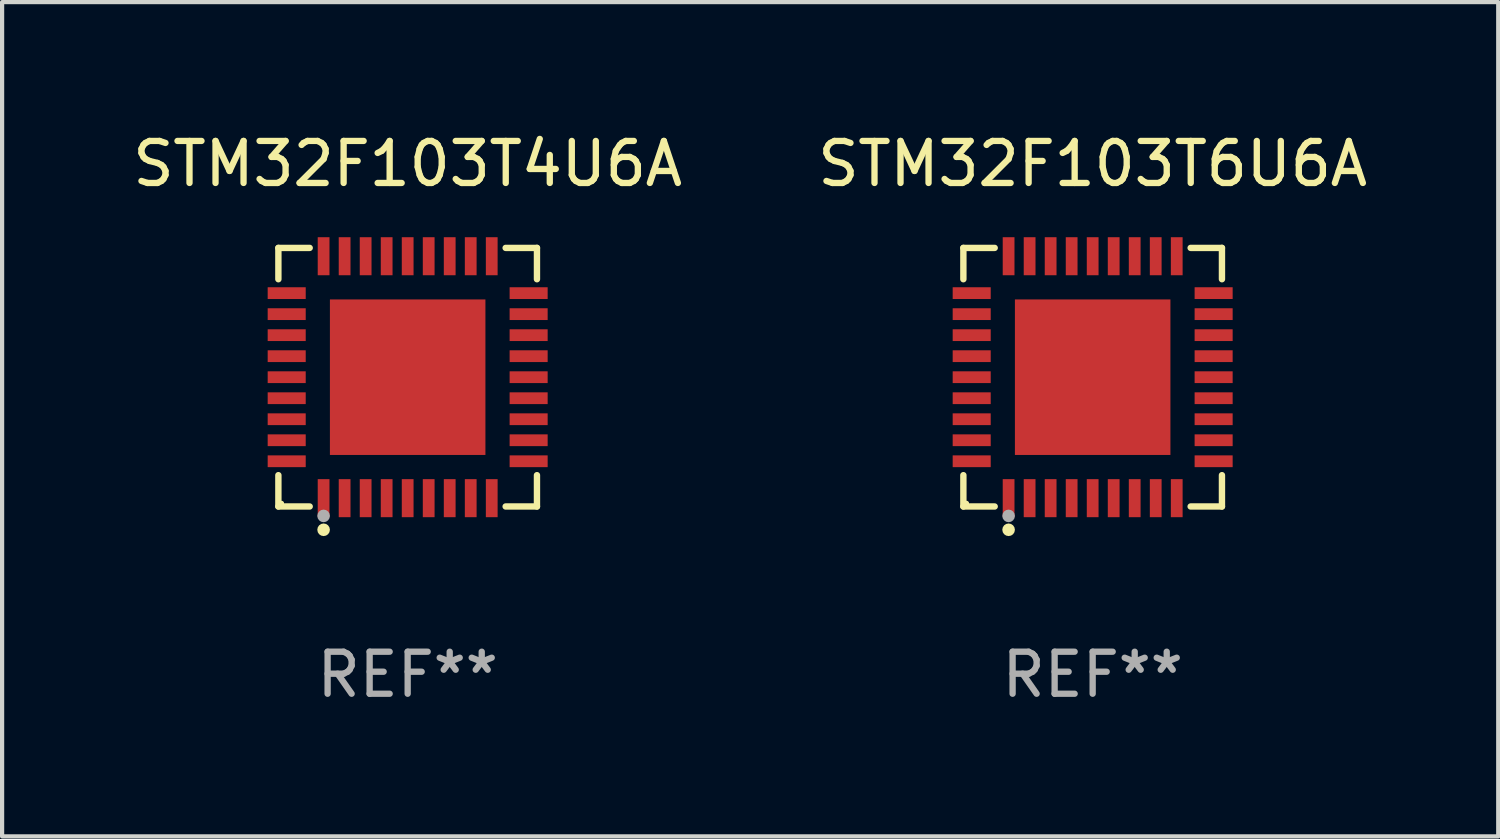
<source format=kicad_pcb>
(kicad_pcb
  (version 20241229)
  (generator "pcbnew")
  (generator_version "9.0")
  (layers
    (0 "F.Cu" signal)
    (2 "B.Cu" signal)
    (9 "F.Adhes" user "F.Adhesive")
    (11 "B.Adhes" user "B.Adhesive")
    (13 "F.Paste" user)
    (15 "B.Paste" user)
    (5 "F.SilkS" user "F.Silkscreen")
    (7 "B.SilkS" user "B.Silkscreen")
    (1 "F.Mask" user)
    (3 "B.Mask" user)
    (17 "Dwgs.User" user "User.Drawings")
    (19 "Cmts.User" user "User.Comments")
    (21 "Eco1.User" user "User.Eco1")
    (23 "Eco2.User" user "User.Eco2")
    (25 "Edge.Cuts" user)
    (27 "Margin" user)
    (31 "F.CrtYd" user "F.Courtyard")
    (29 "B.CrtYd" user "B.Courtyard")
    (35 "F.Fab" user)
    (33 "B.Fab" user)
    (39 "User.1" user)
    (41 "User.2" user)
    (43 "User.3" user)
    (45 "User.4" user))
  (footprint "STM32F103T4U6A"
    (layer "F.Cu")
    (at 6.649 5.924)
    (property "Reference" "STM32F103T4U6A" (at 0 -5.076 0) (layer "F.SilkS") (effects (font (size 1 1) (thickness 0.15))))
    (attr through_hole)
    (fp_line (start -3.076 -3.076) (end -2.331 -3.076) (stroke (width 0.152) (type solid)) (layer "F.SilkS"))
    (fp_line (start -3.076 -2.331) (end -3.076 -3.076) (stroke (width 0.152) (type solid)) (layer "F.SilkS"))
    (fp_line (start -3.076 2.331) (end -3.076 3.076) (stroke (width 0.152) (type solid)) (layer "F.SilkS"))
    (fp_line (start -3.076 3.076) (end -2.331 3.076) (stroke (width 0.152) (type solid)) (layer "F.SilkS"))
    (fp_line (start 3.076 -3.076) (end 2.331 -3.076) (stroke (width 0.152) (type solid)) (layer "F.SilkS"))
    (fp_line (start 3.076 -2.331) (end 3.076 -3.076) (stroke (width 0.152) (type solid)) (layer "F.SilkS"))
    (fp_line (start 3.076 2.331) (end 3.076 3.076) (stroke (width 0.152) (type solid)) (layer "F.SilkS"))
    (fp_line (start 3.076 3.076) (end 2.331 3.076) (stroke (width 0.152) (type solid)) (layer "F.SilkS"))
    (fp_circle (center -3 3) (end -2.97 3) (stroke (width 0.06) (type solid)) (fill no) (layer "F.SilkS"))
    (fp_circle (center -2 3.63) (end -1.925 3.63) (stroke (width 0.15) (type solid)) (fill no) (layer "F.SilkS"))
    (fp_circle (center -2 3.3) (end -1.925 3.3) (stroke (width 0.15) (type solid)) (fill no) (layer "F.Fab"))
    (fp_text user "REF**" (at 0 7.076 0) (layer "F.Fab") (effects (font (size 1 1) (thickness 0.15))))
    (pad "1" smd rect (at -2 2.878) (size 0.28 0.905) (layers "F.Cu" "F.Mask" "F.Paste"))
    (pad "2" smd rect (at -1.5 2.878) (size 0.28 0.905) (layers "F.Cu" "F.Mask" "F.Paste"))
    (pad "3" smd rect (at -1 2.878) (size 0.28 0.905) (layers "F.Cu" "F.Mask" "F.Paste"))
    (pad "4" smd rect (at -0.5 2.878) (size 0.28 0.905) (layers "F.Cu" "F.Mask" "F.Paste"))
    (pad "5" smd rect (at 0 2.878) (size 0.28 0.905) (layers "F.Cu" "F.Mask" "F.Paste"))
    (pad "6" smd rect (at 0.5 2.878) (size 0.28 0.905) (layers "F.Cu" "F.Mask" "F.Paste"))
    (pad "7" smd rect (at 1 2.878) (size 0.28 0.905) (layers "F.Cu" "F.Mask" "F.Paste"))
    (pad "8" smd rect (at 1.5 2.878) (size 0.28 0.905) (layers "F.Cu" "F.Mask" "F.Paste"))
    (pad "9" smd rect (at 2 2.878) (size 0.28 0.905) (layers "F.Cu" "F.Mask" "F.Paste"))
    (pad "10" smd rect (at 2.878 2) (size 0.905 0.28) (layers "F.Cu" "F.Mask" "F.Paste"))
    (pad "11" smd rect (at 2.878 1.5) (size 0.905 0.28) (layers "F.Cu" "F.Mask" "F.Paste"))
    (pad "12" smd rect (at 2.878 1) (size 0.905 0.28) (layers "F.Cu" "F.Mask" "F.Paste"))
    (pad "13" smd rect (at 2.878 0.5) (size 0.905 0.28) (layers "F.Cu" "F.Mask" "F.Paste"))
    (pad "14" smd rect (at 2.878 0) (size 0.905 0.28) (layers "F.Cu" "F.Mask" "F.Paste"))
    (pad "15" smd rect (at 2.878 -0.5) (size 0.905 0.28) (layers "F.Cu" "F.Mask" "F.Paste"))
    (pad "16" smd rect (at 2.878 -1) (size 0.905 0.28) (layers "F.Cu" "F.Mask" "F.Paste"))
    (pad "17" smd rect (at 2.878 -1.5) (size 0.905 0.28) (layers "F.Cu" "F.Mask" "F.Paste"))
    (pad "18" smd rect (at 2.878 -2) (size 0.905 0.28) (layers "F.Cu" "F.Mask" "F.Paste"))
    (pad "19" smd rect (at 2 -2.878) (size 0.28 0.905) (layers "F.Cu" "F.Mask" "F.Paste"))
    (pad "20" smd rect (at 1.5 -2.878) (size 0.28 0.905) (layers "F.Cu" "F.Mask" "F.Paste"))
    (pad "21" smd rect (at 1 -2.878) (size 0.28 0.905) (layers "F.Cu" "F.Mask" "F.Paste"))
    (pad "22" smd rect (at 0.5 -2.878) (size 0.28 0.905) (layers "F.Cu" "F.Mask" "F.Paste"))
    (pad "23" smd rect (at 0 -2.878) (size 0.28 0.905) (layers "F.Cu" "F.Mask" "F.Paste"))
    (pad "24" smd rect (at -0.5 -2.878) (size 0.28 0.905) (layers "F.Cu" "F.Mask" "F.Paste"))
    (pad "25" smd rect (at -1 -2.878) (size 0.28 0.905) (layers "F.Cu" "F.Mask" "F.Paste"))
    (pad "26" smd rect (at -1.5 -2.878) (size 0.28 0.905) (layers "F.Cu" "F.Mask" "F.Paste"))
    (pad "27" smd rect (at -2 -2.878) (size 0.28 0.905) (layers "F.Cu" "F.Mask" "F.Paste"))
    (pad "28" smd rect (at -2.878 -2) (size 0.905 0.28) (layers "F.Cu" "F.Mask" "F.Paste"))
    (pad "29" smd rect (at -2.878 -1.5) (size 0.905 0.28) (layers "F.Cu" "F.Mask" "F.Paste"))
    (pad "30" smd rect (at -2.878 -1) (size 0.905 0.28) (layers "F.Cu" "F.Mask" "F.Paste"))
    (pad "31" smd rect (at -2.878 -0.5) (size 0.905 0.28) (layers "F.Cu" "F.Mask" "F.Paste"))
    (pad "32" smd rect (at -2.878 0) (size 0.905 0.28) (layers "F.Cu" "F.Mask" "F.Paste"))
    (pad "33" smd rect (at -2.878 0.5) (size 0.905 0.28) (layers "F.Cu" "F.Mask" "F.Paste"))
    (pad "34" smd rect (at -2.878 1) (size 0.905 0.28) (layers "F.Cu" "F.Mask" "F.Paste"))
    (pad "35" smd rect (at -2.878 1.5) (size 0.905 0.28) (layers "F.Cu" "F.Mask" "F.Paste"))
    (pad "36" smd rect (at -2.878 2) (size 0.905 0.28) (layers "F.Cu" "F.Mask" "F.Paste"))
    (pad "37" smd rect (at 0 0) (size 3.7 3.7) (layers "F.Cu" "F.Mask" "F.Paste")))
  (footprint "STM32F103T6U6A"
    (layer "F.Cu")
    (at 22.946 5.924)
    (property "Reference" "STM32F103T6U6A" (at 0 -5.076 0) (layer "F.SilkS") (effects (font (size 1 1) (thickness 0.15))))
    (attr through_hole)
    (fp_line (start -3.076 -3.076) (end -2.331 -3.076) (stroke (width 0.152) (type solid)) (layer "F.SilkS"))
    (fp_line (start -3.076 -2.331) (end -3.076 -3.076) (stroke (width 0.152) (type solid)) (layer "F.SilkS"))
    (fp_line (start -3.076 2.331) (end -3.076 3.076) (stroke (width 0.152) (type solid)) (layer "F.SilkS"))
    (fp_line (start -3.076 3.076) (end -2.331 3.076) (stroke (width 0.152) (type solid)) (layer "F.SilkS"))
    (fp_line (start 3.076 -3.076) (end 2.331 -3.076) (stroke (width 0.152) (type solid)) (layer "F.SilkS"))
    (fp_line (start 3.076 -2.331) (end 3.076 -3.076) (stroke (width 0.152) (type solid)) (layer "F.SilkS"))
    (fp_line (start 3.076 2.331) (end 3.076 3.076) (stroke (width 0.152) (type solid)) (layer "F.SilkS"))
    (fp_line (start 3.076 3.076) (end 2.331 3.076) (stroke (width 0.152) (type solid)) (layer "F.SilkS"))
    (fp_circle (center -3 3) (end -2.97 3) (stroke (width 0.06) (type solid)) (fill no) (layer "F.SilkS"))
    (fp_circle (center -2 3.63) (end -1.925 3.63) (stroke (width 0.15) (type solid)) (fill no) (layer "F.SilkS"))
    (fp_circle (center -2 3.3) (end -1.925 3.3) (stroke (width 0.15) (type solid)) (fill no) (layer "F.Fab"))
    (fp_text user "REF**" (at 0 7.076 0) (layer "F.Fab") (effects (font (size 1 1) (thickness 0.15))))
    (pad "1" smd rect (at -2 2.878) (size 0.28 0.905) (layers "F.Cu" "F.Mask" "F.Paste"))
    (pad "2" smd rect (at -1.5 2.878) (size 0.28 0.905) (layers "F.Cu" "F.Mask" "F.Paste"))
    (pad "3" smd rect (at -1 2.878) (size 0.28 0.905) (layers "F.Cu" "F.Mask" "F.Paste"))
    (pad "4" smd rect (at -0.5 2.878) (size 0.28 0.905) (layers "F.Cu" "F.Mask" "F.Paste"))
    (pad "5" smd rect (at 0 2.878) (size 0.28 0.905) (layers "F.Cu" "F.Mask" "F.Paste"))
    (pad "6" smd rect (at 0.5 2.878) (size 0.28 0.905) (layers "F.Cu" "F.Mask" "F.Paste"))
    (pad "7" smd rect (at 1 2.878) (size 0.28 0.905) (layers "F.Cu" "F.Mask" "F.Paste"))
    (pad "8" smd rect (at 1.5 2.878) (size 0.28 0.905) (layers "F.Cu" "F.Mask" "F.Paste"))
    (pad "9" smd rect (at 2 2.878) (size 0.28 0.905) (layers "F.Cu" "F.Mask" "F.Paste"))
    (pad "10" smd rect (at 2.878 2) (size 0.905 0.28) (layers "F.Cu" "F.Mask" "F.Paste"))
    (pad "11" smd rect (at 2.878 1.5) (size 0.905 0.28) (layers "F.Cu" "F.Mask" "F.Paste"))
    (pad "12" smd rect (at 2.878 1) (size 0.905 0.28) (layers "F.Cu" "F.Mask" "F.Paste"))
    (pad "13" smd rect (at 2.878 0.5) (size 0.905 0.28) (layers "F.Cu" "F.Mask" "F.Paste"))
    (pad "14" smd rect (at 2.878 0) (size 0.905 0.28) (layers "F.Cu" "F.Mask" "F.Paste"))
    (pad "15" smd rect (at 2.878 -0.5) (size 0.905 0.28) (layers "F.Cu" "F.Mask" "F.Paste"))
    (pad "16" smd rect (at 2.878 -1) (size 0.905 0.28) (layers "F.Cu" "F.Mask" "F.Paste"))
    (pad "17" smd rect (at 2.878 -1.5) (size 0.905 0.28) (layers "F.Cu" "F.Mask" "F.Paste"))
    (pad "18" smd rect (at 2.878 -2) (size 0.905 0.28) (layers "F.Cu" "F.Mask" "F.Paste"))
    (pad "19" smd rect (at 2 -2.878) (size 0.28 0.905) (layers "F.Cu" "F.Mask" "F.Paste"))
    (pad "20" smd rect (at 1.5 -2.878) (size 0.28 0.905) (layers "F.Cu" "F.Mask" "F.Paste"))
    (pad "21" smd rect (at 1 -2.878) (size 0.28 0.905) (layers "F.Cu" "F.Mask" "F.Paste"))
    (pad "22" smd rect (at 0.5 -2.878) (size 0.28 0.905) (layers "F.Cu" "F.Mask" "F.Paste"))
    (pad "23" smd rect (at 0 -2.878) (size 0.28 0.905) (layers "F.Cu" "F.Mask" "F.Paste"))
    (pad "24" smd rect (at -0.5 -2.878) (size 0.28 0.905) (layers "F.Cu" "F.Mask" "F.Paste"))
    (pad "25" smd rect (at -1 -2.878) (size 0.28 0.905) (layers "F.Cu" "F.Mask" "F.Paste"))
    (pad "26" smd rect (at -1.5 -2.878) (size 0.28 0.905) (layers "F.Cu" "F.Mask" "F.Paste"))
    (pad "27" smd rect (at -2 -2.878) (size 0.28 0.905) (layers "F.Cu" "F.Mask" "F.Paste"))
    (pad "28" smd rect (at -2.878 -2) (size 0.905 0.28) (layers "F.Cu" "F.Mask" "F.Paste"))
    (pad "29" smd rect (at -2.878 -1.5) (size 0.905 0.28) (layers "F.Cu" "F.Mask" "F.Paste"))
    (pad "30" smd rect (at -2.878 -1) (size 0.905 0.28) (layers "F.Cu" "F.Mask" "F.Paste"))
    (pad "31" smd rect (at -2.878 -0.5) (size 0.905 0.28) (layers "F.Cu" "F.Mask" "F.Paste"))
    (pad "32" smd rect (at -2.878 0) (size 0.905 0.28) (layers "F.Cu" "F.Mask" "F.Paste"))
    (pad "33" smd rect (at -2.878 0.5) (size 0.905 0.28) (layers "F.Cu" "F.Mask" "F.Paste"))
    (pad "34" smd rect (at -2.878 1) (size 0.905 0.28) (layers "F.Cu" "F.Mask" "F.Paste"))
    (pad "35" smd rect (at -2.878 1.5) (size 0.905 0.28) (layers "F.Cu" "F.Mask" "F.Paste"))
    (pad "36" smd rect (at -2.878 2) (size 0.905 0.28) (layers "F.Cu" "F.Mask" "F.Paste"))
    (pad "37" smd rect (at 0 0) (size 3.7 3.7) (layers "F.Cu" "F.Mask" "F.Paste")))
  (gr_rect
    (start -3 -3)
    (end 32.595 16.849)
    (stroke (width 0.1) (type default))
    (fill no)
    (layer "Edge.Cuts")))
</source>
